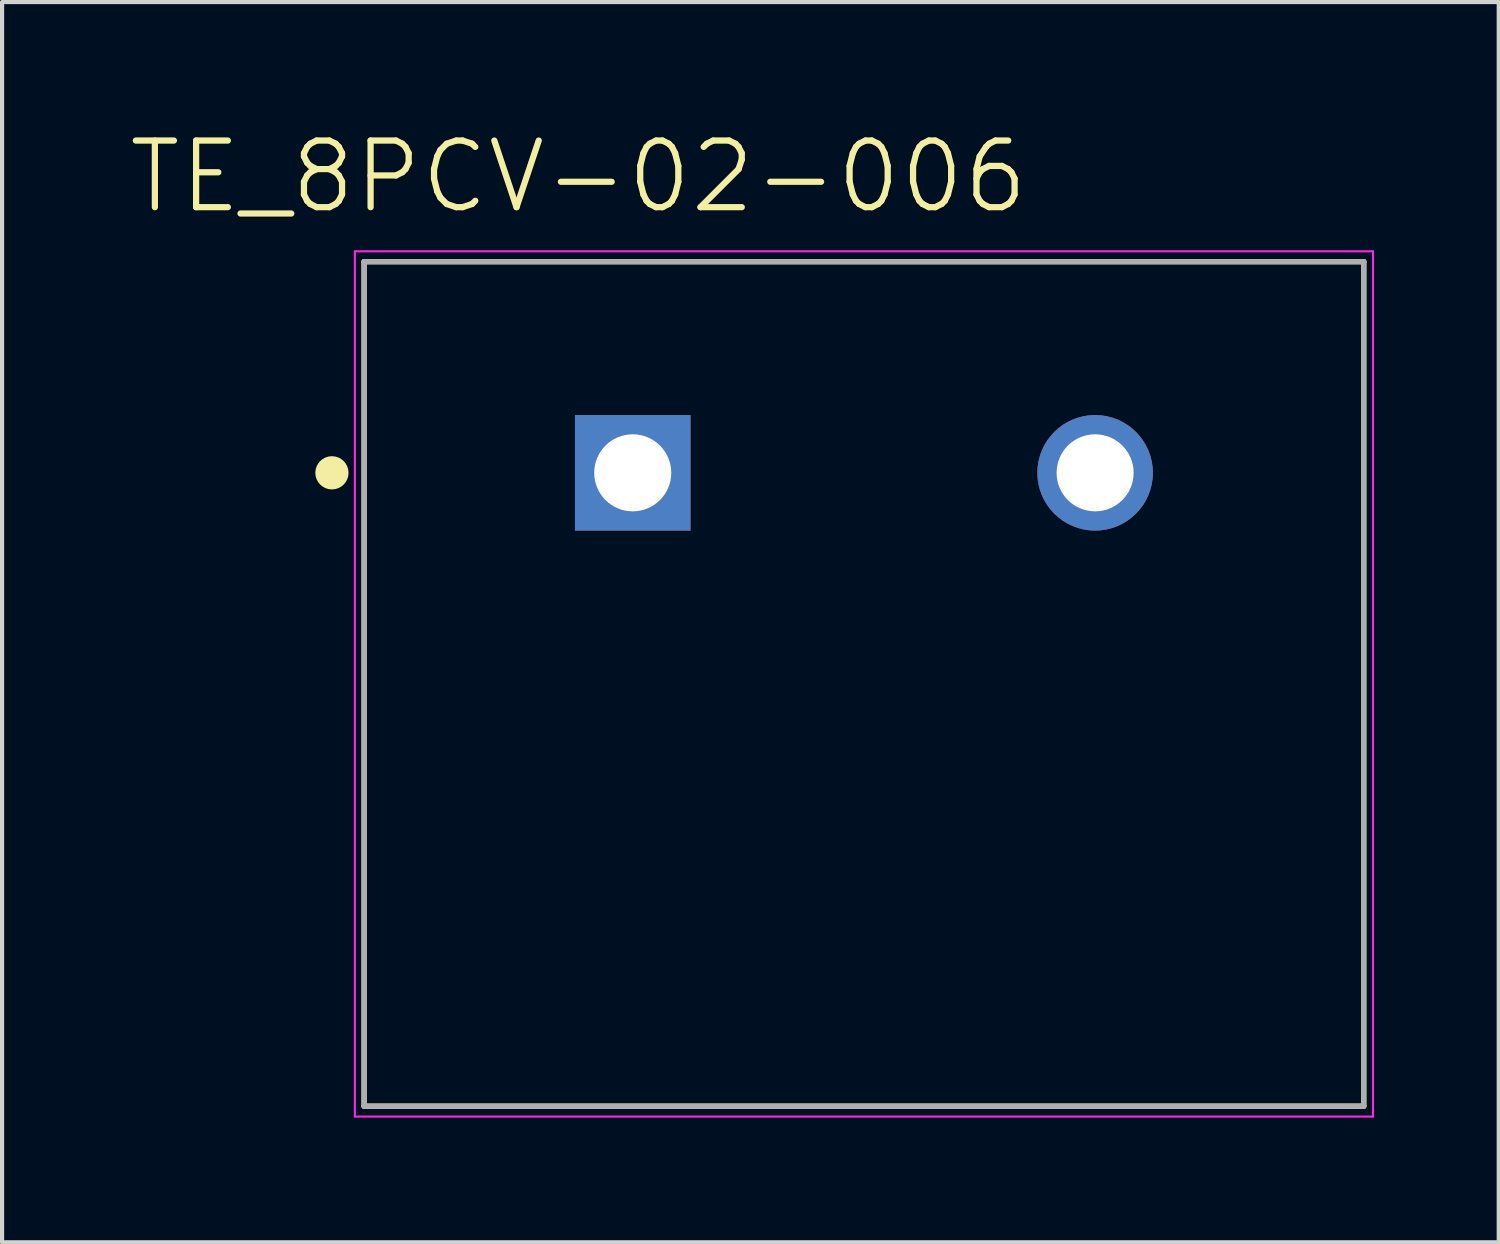
<source format=kicad_pcb>
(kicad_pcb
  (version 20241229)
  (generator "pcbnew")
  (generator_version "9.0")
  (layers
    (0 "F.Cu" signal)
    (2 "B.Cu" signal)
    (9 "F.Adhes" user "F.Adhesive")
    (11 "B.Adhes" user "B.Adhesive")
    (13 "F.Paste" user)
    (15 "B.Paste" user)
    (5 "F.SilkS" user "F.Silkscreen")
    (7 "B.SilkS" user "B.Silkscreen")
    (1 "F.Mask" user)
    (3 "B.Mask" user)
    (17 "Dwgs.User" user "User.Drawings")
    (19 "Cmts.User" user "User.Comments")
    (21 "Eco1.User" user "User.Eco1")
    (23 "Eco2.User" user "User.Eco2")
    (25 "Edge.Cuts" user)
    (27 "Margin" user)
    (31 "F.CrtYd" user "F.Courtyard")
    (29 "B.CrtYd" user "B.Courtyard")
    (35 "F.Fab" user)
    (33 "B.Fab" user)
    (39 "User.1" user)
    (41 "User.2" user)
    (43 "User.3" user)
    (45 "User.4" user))
  (footprint "TE_8PCV-02-006"
    (layer "F.Cu")
    (at 17.738 8.327)
    (property "Reference" "TE_8PCV-02-006" (at -6.871 -7.126 0) (layer "F.SilkS") (effects (font (size 1.603 1.603) (thickness 0.15))))
    (attr through_hole)
    (fp_line (start -12.027 -5.08) (end 12.027 -5.08) (stroke (width 0.127) (type solid)) (layer "F.SilkS"))
    (fp_line (start -12.027 15.24) (end -12.027 -5.08) (stroke (width 0.127) (type solid)) (layer "F.SilkS"))
    (fp_line (start 12.027 -5.08) (end 12.027 15.24) (stroke (width 0.127) (type solid)) (layer "F.SilkS"))
    (fp_line (start 12.027 15.24) (end -12.027 15.24) (stroke (width 0.127) (type solid)) (layer "F.SilkS"))
    (fp_circle (center -12.801 0) (end -12.601 0) (stroke (width 0.4) (type solid)) (fill no) (layer "F.SilkS"))
    (fp_line (start -12.25 -5.33) (end 12.25 -5.33) (stroke (width 0.05) (type solid)) (layer "F.CrtYd"))
    (fp_line (start -12.25 15.49) (end -12.25 -5.33) (stroke (width 0.05) (type solid)) (layer "F.CrtYd"))
    (fp_line (start 12.25 -5.33) (end 12.25 15.49) (stroke (width 0.05) (type solid)) (layer "F.CrtYd"))
    (fp_line (start 12.25 15.49) (end -12.25 15.49) (stroke (width 0.05) (type solid)) (layer "F.CrtYd"))
    (fp_line (start -12.027 -5.08) (end 12.027 -5.08) (stroke (width 0.127) (type solid)) (layer "F.Fab"))
    (fp_line (start -12.027 15.24) (end -12.027 -5.08) (stroke (width 0.127) (type solid)) (layer "F.Fab"))
    (fp_line (start 12.027 -5.08) (end 12.027 15.24) (stroke (width 0.127) (type solid)) (layer "F.Fab"))
    (fp_line (start 12.027 15.24) (end -12.027 15.24) (stroke (width 0.127) (type solid)) (layer "F.Fab"))
    (pad "1" thru_hole rect (at -5.563 0) (size 2.781 2.781) (drill 1.854) (layers "*.Cu" "*.Mask"))
    (pad "2" thru_hole circle (at 5.563 0) (size 2.781 2.781) (drill 1.854) (layers "*.Cu" "*.Mask")))
  (gr_rect
    (start -3 -3)
    (end 33.013 26.842)
    (stroke (width 0.1) (type default))
    (fill no)
    (layer "Edge.Cuts")))
</source>
